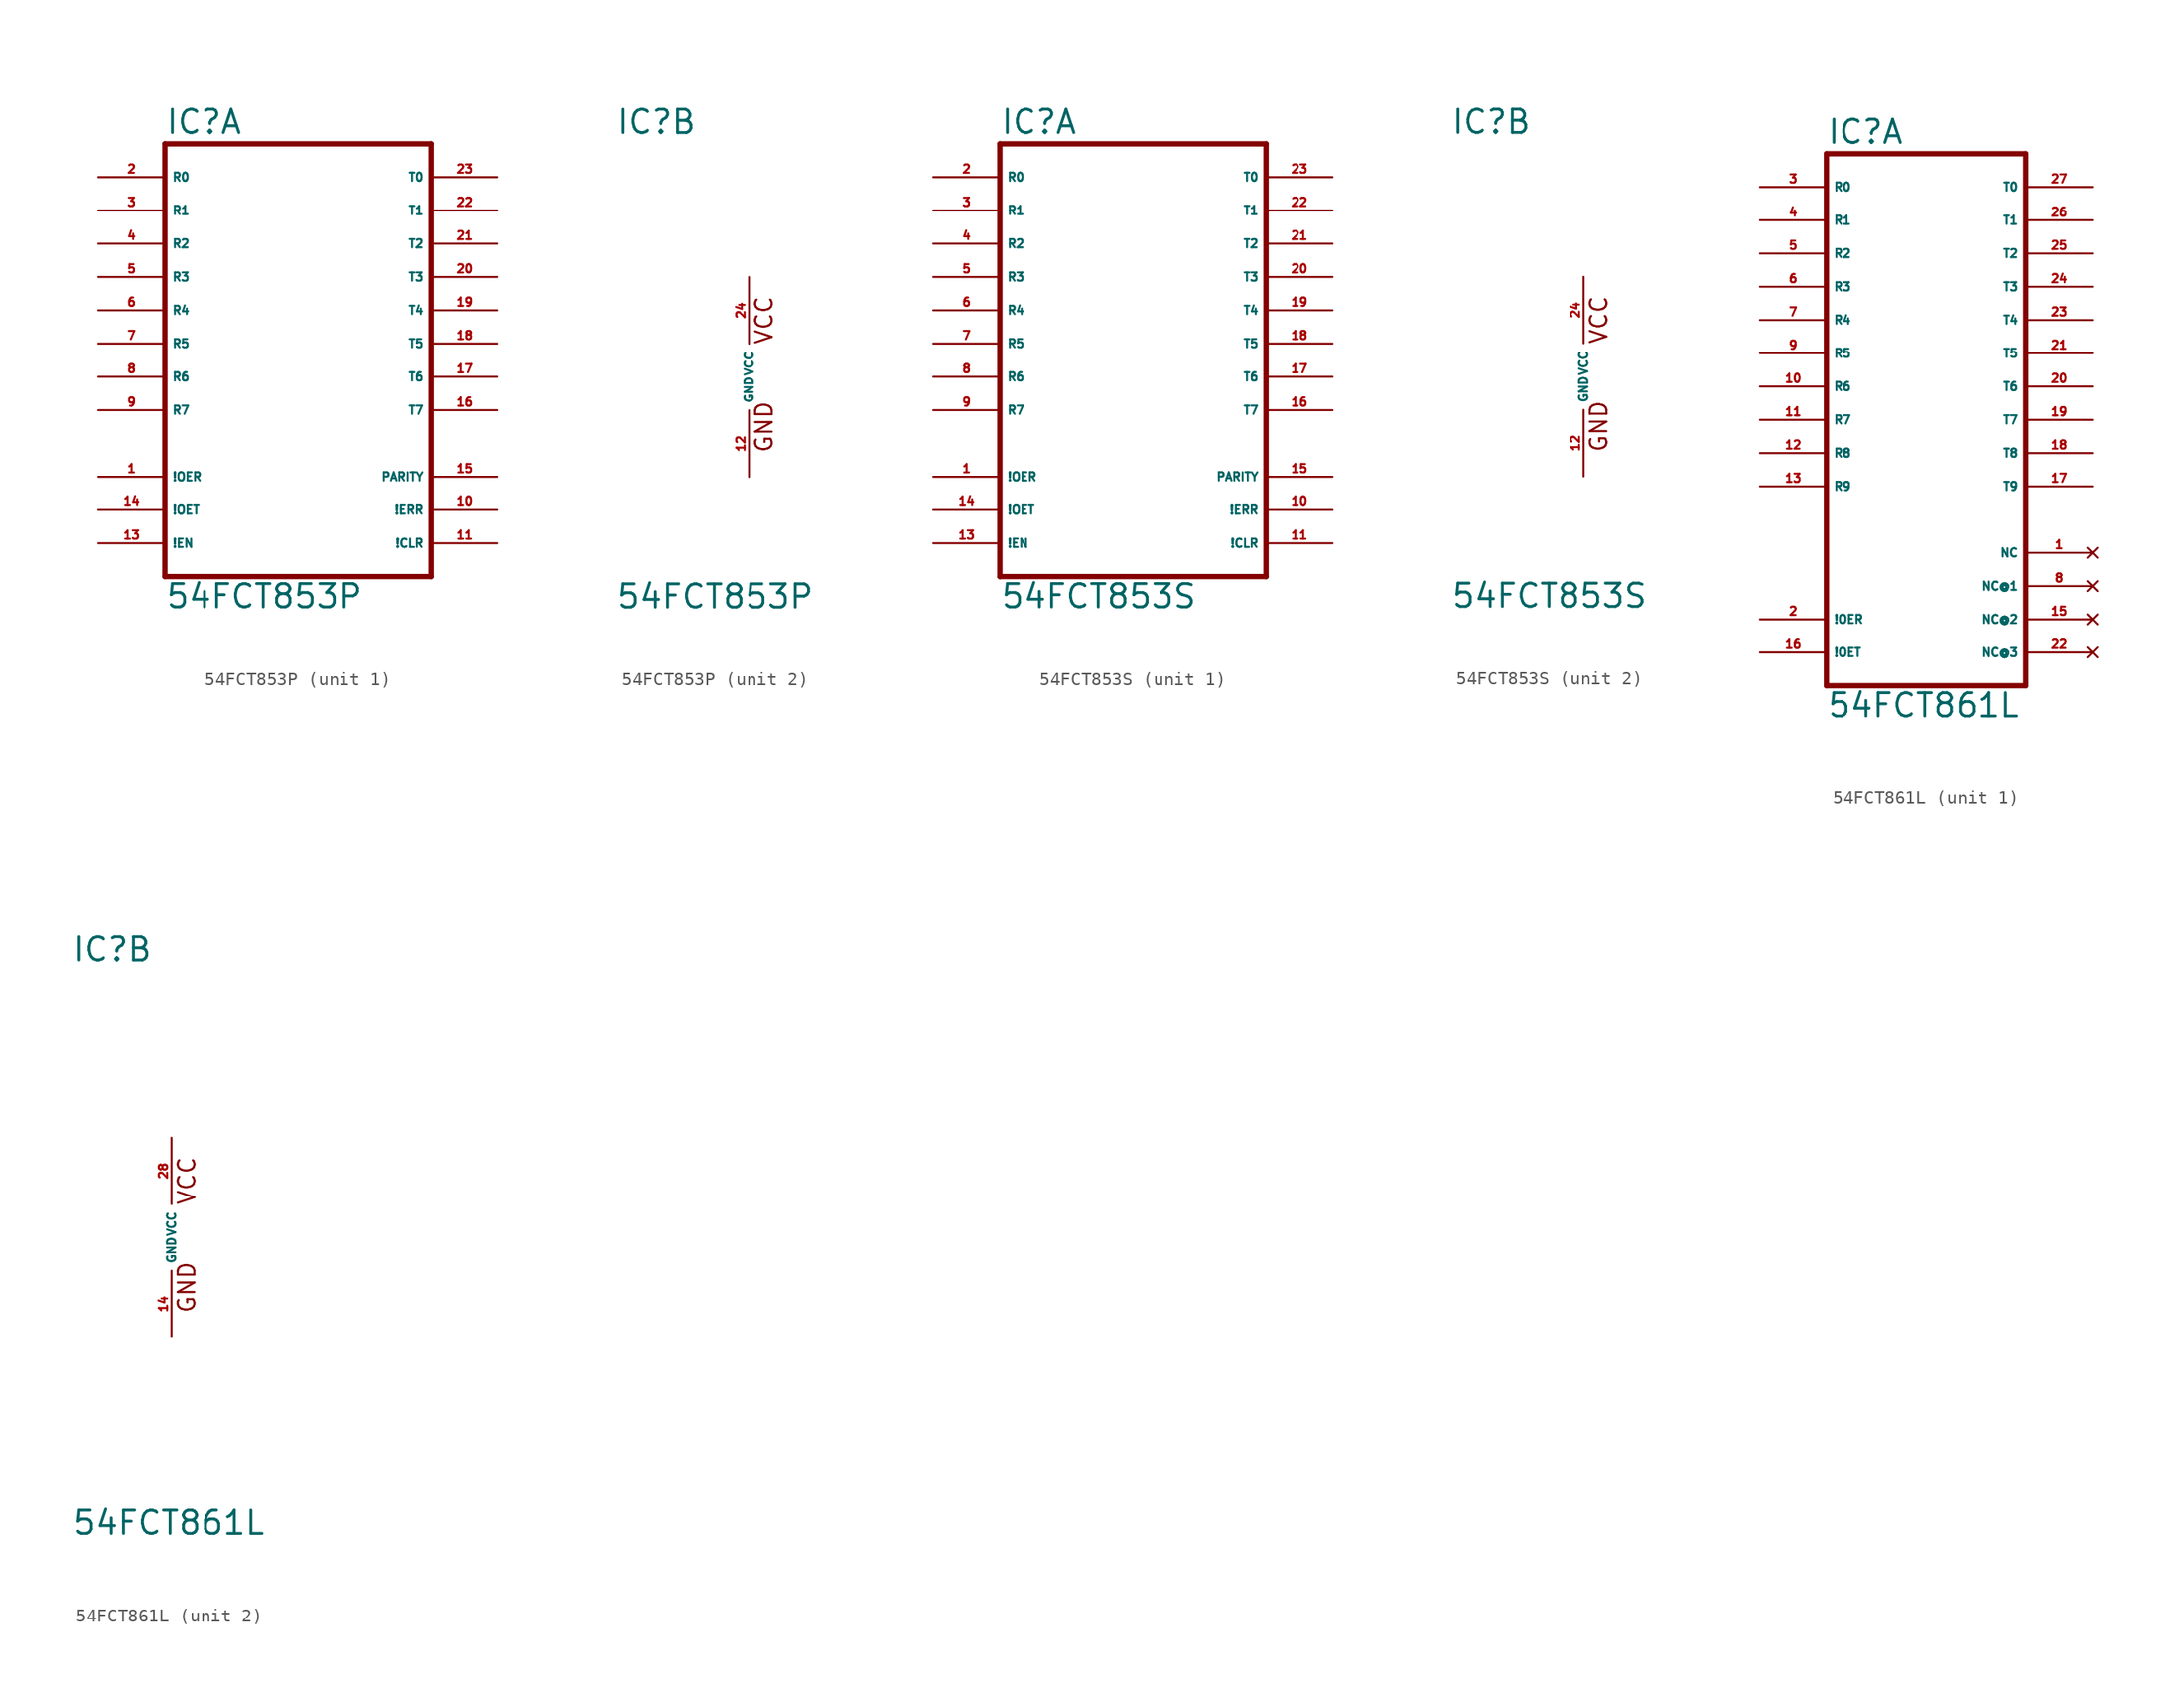
<source format=kicad_sym>
(kicad_symbol_lib
  (version 20220914)
  (generator Eagle2Kicad)
  (symbol "54FCT853P"
    (property "Reference" "IC"
      (at -10.16 18.415 0)
      (effects (font (size 1.778 1.778) (thickness 0.22)) (justify left bottom)))
    (property "Value" "54FCT853P"
      (at -10.16 -17.78 0)
      (effects (font (size 1.778 1.778) (thickness 0.22)) (justify left bottom)))
    (symbol "54FCT853P_1_0"
      (polyline (pts (xy -10.16 -15.24) (xy 10.16 -15.24)) (stroke (width 0.406) (type default)) (fill (type none)))
      (polyline (pts (xy 10.16 -15.24) (xy 10.16 17.78)) (stroke (width 0.406) (type default)) (fill (type none)))
      (polyline (pts (xy 10.16 17.78) (xy -10.16 17.78)) (stroke (width 0.406) (type default)) (fill (type none)))
      (polyline (pts (xy -10.16 17.78) (xy -10.16 -15.24)) (stroke (width 0.406) (type default)) (fill (type none)))
      (pin bidirectional line (at -15.24 15.24 0) (length 5.08) (name "R0" (effects (font (size 0.635 0.635) (thickness 0.08)) (justify left bottom))) (number "2" (effects (font (size 0.635 0.635) (thickness 0.08)) (justify left bottom))))
      (pin bidirectional line (at -15.24 12.7 0) (length 5.08) (name "R1" (effects (font (size 0.635 0.635) (thickness 0.08)) (justify left bottom))) (number "3" (effects (font (size 0.635 0.635) (thickness 0.08)) (justify left bottom))))
      (pin bidirectional line (at -15.24 10.16 0) (length 5.08) (name "R2" (effects (font (size 0.635 0.635) (thickness 0.08)) (justify left bottom))) (number "4" (effects (font (size 0.635 0.635) (thickness 0.08)) (justify left bottom))))
      (pin bidirectional line (at -15.24 7.62 0) (length 5.08) (name "R3" (effects (font (size 0.635 0.635) (thickness 0.08)) (justify left bottom))) (number "5" (effects (font (size 0.635 0.635) (thickness 0.08)) (justify left bottom))))
      (pin bidirectional line (at -15.24 5.08 0) (length 5.08) (name "R4" (effects (font (size 0.635 0.635) (thickness 0.08)) (justify left bottom))) (number "6" (effects (font (size 0.635 0.635) (thickness 0.08)) (justify left bottom))))
      (pin bidirectional line (at -15.24 2.54 0) (length 5.08) (name "R5" (effects (font (size 0.635 0.635) (thickness 0.08)) (justify left bottom))) (number "7" (effects (font (size 0.635 0.635) (thickness 0.08)) (justify left bottom))))
      (pin bidirectional line (at -15.24 0 0) (length 5.08) (name "R6" (effects (font (size 0.635 0.635) (thickness 0.08)) (justify left bottom))) (number "8" (effects (font (size 0.635 0.635) (thickness 0.08)) (justify left bottom))))
      (pin bidirectional line (at -15.24 -2.54 0) (length 5.08) (name "R7" (effects (font (size 0.635 0.635) (thickness 0.08)) (justify left bottom))) (number "9" (effects (font (size 0.635 0.635) (thickness 0.08)) (justify left bottom))))
      (pin bidirectional line (at 15.24 15.24 180) (length 5.08) (name "T0" (effects (font (size 0.635 0.635) (thickness 0.08)) (justify left bottom))) (number "23" (effects (font (size 0.635 0.635) (thickness 0.08)) (justify left bottom))))
      (pin bidirectional line (at 15.24 12.7 180) (length 5.08) (name "T1" (effects (font (size 0.635 0.635) (thickness 0.08)) (justify left bottom))) (number "22" (effects (font (size 0.635 0.635) (thickness 0.08)) (justify left bottom))))
      (pin bidirectional line (at 15.24 10.16 180) (length 5.08) (name "T2" (effects (font (size 0.635 0.635) (thickness 0.08)) (justify left bottom))) (number "21" (effects (font (size 0.635 0.635) (thickness 0.08)) (justify left bottom))))
      (pin bidirectional line (at 15.24 7.62 180) (length 5.08) (name "T3" (effects (font (size 0.635 0.635) (thickness 0.08)) (justify left bottom))) (number "20" (effects (font (size 0.635 0.635) (thickness 0.08)) (justify left bottom))))
      (pin bidirectional line (at 15.24 5.08 180) (length 5.08) (name "T4" (effects (font (size 0.635 0.635) (thickness 0.08)) (justify left bottom))) (number "19" (effects (font (size 0.635 0.635) (thickness 0.08)) (justify left bottom))))
      (pin bidirectional line (at 15.24 2.54 180) (length 5.08) (name "T5" (effects (font (size 0.635 0.635) (thickness 0.08)) (justify left bottom))) (number "18" (effects (font (size 0.635 0.635) (thickness 0.08)) (justify left bottom))))
      (pin bidirectional line (at 15.24 0 180) (length 5.08) (name "T6" (effects (font (size 0.635 0.635) (thickness 0.08)) (justify left bottom))) (number "17" (effects (font (size 0.635 0.635) (thickness 0.08)) (justify left bottom))))
      (pin bidirectional line (at 15.24 -2.54 180) (length 5.08) (name "T7" (effects (font (size 0.635 0.635) (thickness 0.08)) (justify left bottom))) (number "16" (effects (font (size 0.635 0.635) (thickness 0.08)) (justify left bottom))))
      (pin input line (at -15.24 -7.62 0) (length 5.08) (name "!OER" (effects (font (size 0.635 0.635) (thickness 0.08)) (justify left bottom))) (number "1" (effects (font (size 0.635 0.635) (thickness 0.08)) (justify left bottom))))
      (pin input line (at -15.24 -10.16 0) (length 5.08) (name "!OET" (effects (font (size 0.635 0.635) (thickness 0.08)) (justify left bottom))) (number "14" (effects (font (size 0.635 0.635) (thickness 0.08)) (justify left bottom))))
      (pin input line (at -15.24 -12.7 0) (length 5.08) (name "!EN" (effects (font (size 0.635 0.635) (thickness 0.08)) (justify left bottom))) (number "13" (effects (font (size 0.635 0.635) (thickness 0.08)) (justify left bottom))))
      (pin output line (at 15.24 -12.7 180) (length 5.08) (name "!CLR" (effects (font (size 0.635 0.635) (thickness 0.08)) (justify left bottom))) (number "11" (effects (font (size 0.635 0.635) (thickness 0.08)) (justify left bottom))))
      (pin output line (at 15.24 -10.16 180) (length 5.08) (name "!ERR" (effects (font (size 0.635 0.635) (thickness 0.08)) (justify left bottom))) (number "10" (effects (font (size 0.635 0.635) (thickness 0.08)) (justify left bottom))))
      (pin bidirectional line (at 15.24 -7.62 180) (length 5.08) (name "PARITY" (effects (font (size 0.635 0.635) (thickness 0.08)) (justify left bottom))) (number "15" (effects (font (size 0.635 0.635) (thickness 0.08)) (justify left bottom)))))
    (symbol "54FCT853P_2_0"
      (text "GND" (at 1.905 -5.842 900) (effects (font (size 1.27 1.27) (thickness 0.16)) (justify left bottom)))
      (text "VCC" (at 1.905 2.413 900) (effects (font (size 1.27 1.27) (thickness 0.16)) (justify left bottom)))
      (pin unspecified line (at 0 7.62 270) (length 5.08) (name "VCC" (effects (font (size 0.635 0.635) (thickness 0.08)) (justify left bottom))) (number "24" (effects (font (size 0.635 0.635) (thickness 0.08)) (justify left bottom))))
      (pin unspecified line (at 0 -7.62 90) (length 5.08) (name "GND" (effects (font (size 0.635 0.635) (thickness 0.08)) (justify left bottom))) (number "12" (effects (font (size 0.635 0.635) (thickness 0.08)) (justify left bottom))))))
  (symbol "54FCT853S"
    (property "Reference" "IC"
      (at -10.16 18.415 0)
      (effects (font (size 1.778 1.778) (thickness 0.22)) (justify left bottom)))
    (property "Value" "54FCT853S"
      (at -10.16 -17.78 0)
      (effects (font (size 1.778 1.778) (thickness 0.22)) (justify left bottom)))
    (symbol "54FCT853S_1_0"
      (polyline (pts (xy -10.16 -15.24) (xy 10.16 -15.24)) (stroke (width 0.406) (type default)) (fill (type none)))
      (polyline (pts (xy 10.16 -15.24) (xy 10.16 17.78)) (stroke (width 0.406) (type default)) (fill (type none)))
      (polyline (pts (xy 10.16 17.78) (xy -10.16 17.78)) (stroke (width 0.406) (type default)) (fill (type none)))
      (polyline (pts (xy -10.16 17.78) (xy -10.16 -15.24)) (stroke (width 0.406) (type default)) (fill (type none)))
      (pin bidirectional line (at -15.24 15.24 0) (length 5.08) (name "R0" (effects (font (size 0.635 0.635) (thickness 0.08)) (justify left bottom))) (number "2" (effects (font (size 0.635 0.635) (thickness 0.08)) (justify left bottom))))
      (pin bidirectional line (at -15.24 12.7 0) (length 5.08) (name "R1" (effects (font (size 0.635 0.635) (thickness 0.08)) (justify left bottom))) (number "3" (effects (font (size 0.635 0.635) (thickness 0.08)) (justify left bottom))))
      (pin bidirectional line (at -15.24 10.16 0) (length 5.08) (name "R2" (effects (font (size 0.635 0.635) (thickness 0.08)) (justify left bottom))) (number "4" (effects (font (size 0.635 0.635) (thickness 0.08)) (justify left bottom))))
      (pin bidirectional line (at -15.24 7.62 0) (length 5.08) (name "R3" (effects (font (size 0.635 0.635) (thickness 0.08)) (justify left bottom))) (number "5" (effects (font (size 0.635 0.635) (thickness 0.08)) (justify left bottom))))
      (pin bidirectional line (at -15.24 5.08 0) (length 5.08) (name "R4" (effects (font (size 0.635 0.635) (thickness 0.08)) (justify left bottom))) (number "6" (effects (font (size 0.635 0.635) (thickness 0.08)) (justify left bottom))))
      (pin bidirectional line (at -15.24 2.54 0) (length 5.08) (name "R5" (effects (font (size 0.635 0.635) (thickness 0.08)) (justify left bottom))) (number "7" (effects (font (size 0.635 0.635) (thickness 0.08)) (justify left bottom))))
      (pin bidirectional line (at -15.24 0 0) (length 5.08) (name "R6" (effects (font (size 0.635 0.635) (thickness 0.08)) (justify left bottom))) (number "8" (effects (font (size 0.635 0.635) (thickness 0.08)) (justify left bottom))))
      (pin bidirectional line (at -15.24 -2.54 0) (length 5.08) (name "R7" (effects (font (size 0.635 0.635) (thickness 0.08)) (justify left bottom))) (number "9" (effects (font (size 0.635 0.635) (thickness 0.08)) (justify left bottom))))
      (pin bidirectional line (at 15.24 15.24 180) (length 5.08) (name "T0" (effects (font (size 0.635 0.635) (thickness 0.08)) (justify left bottom))) (number "23" (effects (font (size 0.635 0.635) (thickness 0.08)) (justify left bottom))))
      (pin bidirectional line (at 15.24 12.7 180) (length 5.08) (name "T1" (effects (font (size 0.635 0.635) (thickness 0.08)) (justify left bottom))) (number "22" (effects (font (size 0.635 0.635) (thickness 0.08)) (justify left bottom))))
      (pin bidirectional line (at 15.24 10.16 180) (length 5.08) (name "T2" (effects (font (size 0.635 0.635) (thickness 0.08)) (justify left bottom))) (number "21" (effects (font (size 0.635 0.635) (thickness 0.08)) (justify left bottom))))
      (pin bidirectional line (at 15.24 7.62 180) (length 5.08) (name "T3" (effects (font (size 0.635 0.635) (thickness 0.08)) (justify left bottom))) (number "20" (effects (font (size 0.635 0.635) (thickness 0.08)) (justify left bottom))))
      (pin bidirectional line (at 15.24 5.08 180) (length 5.08) (name "T4" (effects (font (size 0.635 0.635) (thickness 0.08)) (justify left bottom))) (number "19" (effects (font (size 0.635 0.635) (thickness 0.08)) (justify left bottom))))
      (pin bidirectional line (at 15.24 2.54 180) (length 5.08) (name "T5" (effects (font (size 0.635 0.635) (thickness 0.08)) (justify left bottom))) (number "18" (effects (font (size 0.635 0.635) (thickness 0.08)) (justify left bottom))))
      (pin bidirectional line (at 15.24 0 180) (length 5.08) (name "T6" (effects (font (size 0.635 0.635) (thickness 0.08)) (justify left bottom))) (number "17" (effects (font (size 0.635 0.635) (thickness 0.08)) (justify left bottom))))
      (pin bidirectional line (at 15.24 -2.54 180) (length 5.08) (name "T7" (effects (font (size 0.635 0.635) (thickness 0.08)) (justify left bottom))) (number "16" (effects (font (size 0.635 0.635) (thickness 0.08)) (justify left bottom))))
      (pin input line (at -15.24 -7.62 0) (length 5.08) (name "!OER" (effects (font (size 0.635 0.635) (thickness 0.08)) (justify left bottom))) (number "1" (effects (font (size 0.635 0.635) (thickness 0.08)) (justify left bottom))))
      (pin input line (at -15.24 -10.16 0) (length 5.08) (name "!OET" (effects (font (size 0.635 0.635) (thickness 0.08)) (justify left bottom))) (number "14" (effects (font (size 0.635 0.635) (thickness 0.08)) (justify left bottom))))
      (pin input line (at -15.24 -12.7 0) (length 5.08) (name "!EN" (effects (font (size 0.635 0.635) (thickness 0.08)) (justify left bottom))) (number "13" (effects (font (size 0.635 0.635) (thickness 0.08)) (justify left bottom))))
      (pin output line (at 15.24 -12.7 180) (length 5.08) (name "!CLR" (effects (font (size 0.635 0.635) (thickness 0.08)) (justify left bottom))) (number "11" (effects (font (size 0.635 0.635) (thickness 0.08)) (justify left bottom))))
      (pin output line (at 15.24 -10.16 180) (length 5.08) (name "!ERR" (effects (font (size 0.635 0.635) (thickness 0.08)) (justify left bottom))) (number "10" (effects (font (size 0.635 0.635) (thickness 0.08)) (justify left bottom))))
      (pin bidirectional line (at 15.24 -7.62 180) (length 5.08) (name "PARITY" (effects (font (size 0.635 0.635) (thickness 0.08)) (justify left bottom))) (number "15" (effects (font (size 0.635 0.635) (thickness 0.08)) (justify left bottom)))))
    (symbol "54FCT853S_2_0"
      (text "GND" (at 1.905 -5.842 900) (effects (font (size 1.27 1.27) (thickness 0.16)) (justify left bottom)))
      (text "VCC" (at 1.905 2.413 900) (effects (font (size 1.27 1.27) (thickness 0.16)) (justify left bottom)))
      (pin unspecified line (at 0 7.62 270) (length 5.08) (name "VCC" (effects (font (size 0.635 0.635) (thickness 0.08)) (justify left bottom))) (number "24" (effects (font (size 0.635 0.635) (thickness 0.08)) (justify left bottom))))
      (pin unspecified line (at 0 -7.62 90) (length 5.08) (name "GND" (effects (font (size 0.635 0.635) (thickness 0.08)) (justify left bottom))) (number "12" (effects (font (size 0.635 0.635) (thickness 0.08)) (justify left bottom))))))
  (symbol "54FCT861L"
    (property "Reference" "IC"
      (at -7.62 20.955 0)
      (effects (font (size 1.778 1.778) (thickness 0.22)) (justify left bottom)))
    (property "Value" "54FCT861L"
      (at -7.62 -22.86 0)
      (effects (font (size 1.778 1.778) (thickness 0.22)) (justify left bottom)))
    (symbol "54FCT861L_1_0"
      (polyline (pts (xy -7.62 -20.32) (xy 7.62 -20.32)) (stroke (width 0.406) (type default)) (fill (type none)))
      (polyline (pts (xy 7.62 -20.32) (xy 7.62 20.32)) (stroke (width 0.406) (type default)) (fill (type none)))
      (polyline (pts (xy 7.62 20.32) (xy -7.62 20.32)) (stroke (width 0.406) (type default)) (fill (type none)))
      (polyline (pts (xy -7.62 20.32) (xy -7.62 -20.32)) (stroke (width 0.406) (type default)) (fill (type none)))
      (pin bidirectional line (at -12.7 17.78 0) (length 5.08) (name "R0" (effects (font (size 0.635 0.635) (thickness 0.08)) (justify left bottom))) (number "3" (effects (font (size 0.635 0.635) (thickness 0.08)) (justify left bottom))))
      (pin bidirectional line (at -12.7 15.24 0) (length 5.08) (name "R1" (effects (font (size 0.635 0.635) (thickness 0.08)) (justify left bottom))) (number "4" (effects (font (size 0.635 0.635) (thickness 0.08)) (justify left bottom))))
      (pin bidirectional line (at -12.7 12.7 0) (length 5.08) (name "R2" (effects (font (size 0.635 0.635) (thickness 0.08)) (justify left bottom))) (number "5" (effects (font (size 0.635 0.635) (thickness 0.08)) (justify left bottom))))
      (pin bidirectional line (at -12.7 10.16 0) (length 5.08) (name "R3" (effects (font (size 0.635 0.635) (thickness 0.08)) (justify left bottom))) (number "6" (effects (font (size 0.635 0.635) (thickness 0.08)) (justify left bottom))))
      (pin bidirectional line (at -12.7 7.62 0) (length 5.08) (name "R4" (effects (font (size 0.635 0.635) (thickness 0.08)) (justify left bottom))) (number "7" (effects (font (size 0.635 0.635) (thickness 0.08)) (justify left bottom))))
      (pin bidirectional line (at -12.7 5.08 0) (length 5.08) (name "R5" (effects (font (size 0.635 0.635) (thickness 0.08)) (justify left bottom))) (number "9" (effects (font (size 0.635 0.635) (thickness 0.08)) (justify left bottom))))
      (pin bidirectional line (at -12.7 2.54 0) (length 5.08) (name "R6" (effects (font (size 0.635 0.635) (thickness 0.08)) (justify left bottom))) (number "10" (effects (font (size 0.635 0.635) (thickness 0.08)) (justify left bottom))))
      (pin bidirectional line (at -12.7 0 0) (length 5.08) (name "R7" (effects (font (size 0.635 0.635) (thickness 0.08)) (justify left bottom))) (number "11" (effects (font (size 0.635 0.635) (thickness 0.08)) (justify left bottom))))
      (pin bidirectional line (at 12.7 17.78 180) (length 5.08) (name "T0" (effects (font (size 0.635 0.635) (thickness 0.08)) (justify left bottom))) (number "27" (effects (font (size 0.635 0.635) (thickness 0.08)) (justify left bottom))))
      (pin bidirectional line (at 12.7 15.24 180) (length 5.08) (name "T1" (effects (font (size 0.635 0.635) (thickness 0.08)) (justify left bottom))) (number "26" (effects (font (size 0.635 0.635) (thickness 0.08)) (justify left bottom))))
      (pin bidirectional line (at 12.7 12.7 180) (length 5.08) (name "T2" (effects (font (size 0.635 0.635) (thickness 0.08)) (justify left bottom))) (number "25" (effects (font (size 0.635 0.635) (thickness 0.08)) (justify left bottom))))
      (pin bidirectional line (at 12.7 10.16 180) (length 5.08) (name "T3" (effects (font (size 0.635 0.635) (thickness 0.08)) (justify left bottom))) (number "24" (effects (font (size 0.635 0.635) (thickness 0.08)) (justify left bottom))))
      (pin bidirectional line (at 12.7 7.62 180) (length 5.08) (name "T4" (effects (font (size 0.635 0.635) (thickness 0.08)) (justify left bottom))) (number "23" (effects (font (size 0.635 0.635) (thickness 0.08)) (justify left bottom))))
      (pin bidirectional line (at 12.7 5.08 180) (length 5.08) (name "T5" (effects (font (size 0.635 0.635) (thickness 0.08)) (justify left bottom))) (number "21" (effects (font (size 0.635 0.635) (thickness 0.08)) (justify left bottom))))
      (pin bidirectional line (at 12.7 2.54 180) (length 5.08) (name "T6" (effects (font (size 0.635 0.635) (thickness 0.08)) (justify left bottom))) (number "20" (effects (font (size 0.635 0.635) (thickness 0.08)) (justify left bottom))))
      (pin bidirectional line (at 12.7 0 180) (length 5.08) (name "T7" (effects (font (size 0.635 0.635) (thickness 0.08)) (justify left bottom))) (number "19" (effects (font (size 0.635 0.635) (thickness 0.08)) (justify left bottom))))
      (pin bidirectional line (at -12.7 -2.54 0) (length 5.08) (name "R8" (effects (font (size 0.635 0.635) (thickness 0.08)) (justify left bottom))) (number "12" (effects (font (size 0.635 0.635) (thickness 0.08)) (justify left bottom))))
      (pin input line (at -12.7 -17.78 0) (length 5.08) (name "!OET" (effects (font (size 0.635 0.635) (thickness 0.08)) (justify left bottom))) (number "16" (effects (font (size 0.635 0.635) (thickness 0.08)) (justify left bottom))))
      (pin bidirectional line (at -12.7 -5.08 0) (length 5.08) (name "R9" (effects (font (size 0.635 0.635) (thickness 0.08)) (justify left bottom))) (number "13" (effects (font (size 0.635 0.635) (thickness 0.08)) (justify left bottom))))
      (pin input line (at -12.7 -15.24 0) (length 5.08) (name "!OER" (effects (font (size 0.635 0.635) (thickness 0.08)) (justify left bottom))) (number "2" (effects (font (size 0.635 0.635) (thickness 0.08)) (justify left bottom))))
      (pin bidirectional line (at 12.7 -5.08 180) (length 5.08) (name "T9" (effects (font (size 0.635 0.635) (thickness 0.08)) (justify left bottom))) (number "17" (effects (font (size 0.635 0.635) (thickness 0.08)) (justify left bottom))))
      (pin bidirectional line (at 12.7 -2.54 180) (length 5.08) (name "T8" (effects (font (size 0.635 0.635) (thickness 0.08)) (justify left bottom))) (number "18" (effects (font (size 0.635 0.635) (thickness 0.08)) (justify left bottom))))
      (pin no_connect line (at 12.7 -10.16 180) (length 5.08) (name "NC" (effects (font (size 0.635 0.635) (thickness 0.08)) (justify left bottom) hide)) (number "1" (effects (font (size 0.635 0.635) (thickness 0.08)) (justify left bottom) hide)))
      (pin no_connect line (at 12.7 -12.7 180) (length 5.08) (name "NC@1" (effects (font (size 0.635 0.635) (thickness 0.08)) (justify left bottom) hide)) (number "8" (effects (font (size 0.635 0.635) (thickness 0.08)) (justify left bottom) hide)))
      (pin no_connect line (at 12.7 -15.24 180) (length 5.08) (name "NC@2" (effects (font (size 0.635 0.635) (thickness 0.08)) (justify left bottom) hide)) (number "15" (effects (font (size 0.635 0.635) (thickness 0.08)) (justify left bottom) hide)))
      (pin no_connect line (at 12.7 -17.78 180) (length 5.08) (name "NC@3" (effects (font (size 0.635 0.635) (thickness 0.08)) (justify left bottom) hide)) (number "22" (effects (font (size 0.635 0.635) (thickness 0.08)) (justify left bottom) hide))))
    (symbol "54FCT861L_2_0"
      (text "GND" (at 1.905 -5.842 900) (effects (font (size 1.27 1.27) (thickness 0.16)) (justify left bottom)))
      (text "VCC" (at 1.905 2.413 900) (effects (font (size 1.27 1.27) (thickness 0.16)) (justify left bottom)))
      (pin unspecified line (at 0 7.62 270) (length 5.08) (name "VCC" (effects (font (size 0.635 0.635) (thickness 0.08)) (justify left bottom))) (number "28" (effects (font (size 0.635 0.635) (thickness 0.08)) (justify left bottom))))
      (pin unspecified line (at 0 -7.62 90) (length 5.08) (name "GND" (effects (font (size 0.635 0.635) (thickness 0.08)) (justify left bottom))) (number "14" (effects (font (size 0.635 0.635) (thickness 0.08)) (justify left bottom)))))))
</source>
